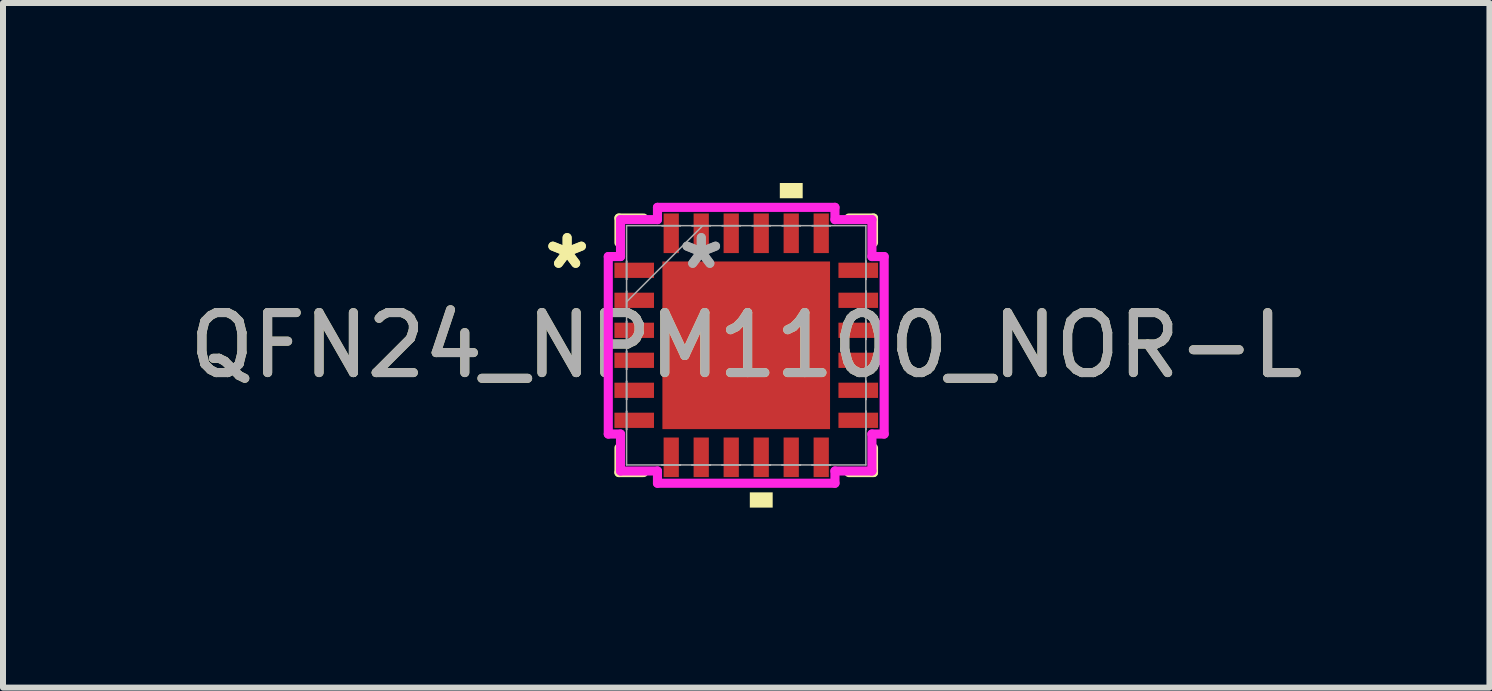
<source format=kicad_pcb>
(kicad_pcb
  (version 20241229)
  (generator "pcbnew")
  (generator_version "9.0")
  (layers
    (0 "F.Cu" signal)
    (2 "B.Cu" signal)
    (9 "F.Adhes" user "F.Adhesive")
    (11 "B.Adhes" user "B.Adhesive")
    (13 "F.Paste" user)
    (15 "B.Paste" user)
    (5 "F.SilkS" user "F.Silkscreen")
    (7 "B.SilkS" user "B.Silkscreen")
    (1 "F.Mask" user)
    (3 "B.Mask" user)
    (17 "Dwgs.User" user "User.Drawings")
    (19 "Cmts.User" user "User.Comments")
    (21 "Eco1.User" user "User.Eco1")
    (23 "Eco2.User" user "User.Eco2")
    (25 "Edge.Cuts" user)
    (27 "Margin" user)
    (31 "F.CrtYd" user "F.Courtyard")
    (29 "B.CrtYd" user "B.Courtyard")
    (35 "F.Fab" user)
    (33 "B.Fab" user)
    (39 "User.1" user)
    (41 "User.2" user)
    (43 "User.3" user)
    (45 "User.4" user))
  (footprint "QFN24_NPM1100_NOR-L"
    (layer "F.Cu")
    (at 9.387 2.705)
    (property "Reference" "QFN24_NPM1100_NOR-L" (at 0 0 0) (unlocked yes) (layer "F.SilkS") (effects (font (size 1 1) (thickness 0.15))))
    (attr smd)
    (fp_line (start -2.121 -2.121) (end -2.121 -1.71) (stroke (width 0.152) (type solid)) (layer "F.SilkS"))
    (fp_line (start -2.121 1.71) (end -2.121 2.121) (stroke (width 0.152) (type solid)) (layer "F.SilkS"))
    (fp_line (start -2.121 2.121) (end -1.71 2.121) (stroke (width 0.152) (type solid)) (layer "F.SilkS"))
    (fp_line (start -1.71 -2.121) (end -2.121 -2.121) (stroke (width 0.152) (type solid)) (layer "F.SilkS"))
    (fp_line (start 1.71 2.121) (end 2.121 2.121) (stroke (width 0.152) (type solid)) (layer "F.SilkS"))
    (fp_line (start 2.121 -2.121) (end 1.71 -2.121) (stroke (width 0.152) (type solid)) (layer "F.SilkS"))
    (fp_line (start 2.121 -1.71) (end 2.121 -2.121) (stroke (width 0.152) (type solid)) (layer "F.SilkS"))
    (fp_line (start 2.121 2.121) (end 2.121 1.71) (stroke (width 0.152) (type solid)) (layer "F.SilkS"))
    (fp_poly (pts (xy 0.06 2.451) (xy 0.06 2.705) (xy 0.441 2.705) (xy 0.441 2.451)) (stroke (width 0) (type solid)) (fill yes) (layer "F.SilkS"))
    (fp_poly (pts (xy 0.56 -2.451) (xy 0.56 -2.705) (xy 0.941 -2.705) (xy 0.941 -2.451)) (stroke (width 0) (type solid)) (fill yes) (layer "F.SilkS"))
    (fp_line (start -2.299 -1.479) (end -2.095 -1.479) (stroke (width 0.152) (type solid)) (layer "F.CrtYd"))
    (fp_line (start -2.299 1.479) (end -2.299 -1.479) (stroke (width 0.152) (type solid)) (layer "F.CrtYd"))
    (fp_line (start -2.095 -2.095) (end -1.479 -2.095) (stroke (width 0.152) (type solid)) (layer "F.CrtYd"))
    (fp_line (start -2.095 -1.479) (end -2.095 -2.095) (stroke (width 0.152) (type solid)) (layer "F.CrtYd"))
    (fp_line (start -2.095 1.479) (end -2.299 1.479) (stroke (width 0.152) (type solid)) (layer "F.CrtYd"))
    (fp_line (start -2.095 2.095) (end -2.095 1.479) (stroke (width 0.152) (type solid)) (layer "F.CrtYd"))
    (fp_line (start -1.479 -2.299) (end 1.479 -2.299) (stroke (width 0.152) (type solid)) (layer "F.CrtYd"))
    (fp_line (start -1.479 -2.095) (end -1.479 -2.299) (stroke (width 0.152) (type solid)) (layer "F.CrtYd"))
    (fp_line (start -1.479 2.095) (end -2.095 2.095) (stroke (width 0.152) (type solid)) (layer "F.CrtYd"))
    (fp_line (start -1.479 2.299) (end -1.479 2.095) (stroke (width 0.152) (type solid)) (layer "F.CrtYd"))
    (fp_line (start 1.479 -2.299) (end 1.479 -2.095) (stroke (width 0.152) (type solid)) (layer "F.CrtYd"))
    (fp_line (start 1.479 -2.095) (end 2.095 -2.095) (stroke (width 0.152) (type solid)) (layer "F.CrtYd"))
    (fp_line (start 1.479 2.095) (end 1.479 2.299) (stroke (width 0.152) (type solid)) (layer "F.CrtYd"))
    (fp_line (start 1.479 2.299) (end -1.479 2.299) (stroke (width 0.152) (type solid)) (layer "F.CrtYd"))
    (fp_line (start 2.095 -2.095) (end 2.095 -1.479) (stroke (width 0.152) (type solid)) (layer "F.CrtYd"))
    (fp_line (start 2.095 -1.479) (end 2.299 -1.479) (stroke (width 0.152) (type solid)) (layer "F.CrtYd"))
    (fp_line (start 2.095 1.479) (end 2.095 2.095) (stroke (width 0.152) (type solid)) (layer "F.CrtYd"))
    (fp_line (start 2.095 2.095) (end 1.479 2.095) (stroke (width 0.152) (type solid)) (layer "F.CrtYd"))
    (fp_line (start 2.299 -1.479) (end 2.299 1.479) (stroke (width 0.152) (type solid)) (layer "F.CrtYd"))
    (fp_line (start 2.299 1.479) (end 2.095 1.479) (stroke (width 0.152) (type solid)) (layer "F.CrtYd"))
    (fp_line (start -1.994 -1.994) (end -1.994 1.994) (stroke (width 0.025) (type solid)) (layer "F.Fab"))
    (fp_line (start -1.994 -1.403) (end -1.994 -1.403) (stroke (width 0.025) (type solid)) (layer "F.Fab"))
    (fp_line (start -1.994 -1.403) (end -1.994 -1.098) (stroke (width 0.025) (type solid)) (layer "F.Fab"))
    (fp_line (start -1.994 -1.098) (end -1.994 -1.403) (stroke (width 0.025) (type solid)) (layer "F.Fab"))
    (fp_line (start -1.994 -1.098) (end -1.994 -1.098) (stroke (width 0.025) (type solid)) (layer "F.Fab"))
    (fp_line (start -1.994 -0.903) (end -1.994 -0.903) (stroke (width 0.025) (type solid)) (layer "F.Fab"))
    (fp_line (start -1.994 -0.903) (end -1.994 -0.598) (stroke (width 0.025) (type solid)) (layer "F.Fab"))
    (fp_line (start -1.994 -0.724) (end -0.724 -1.994) (stroke (width 0.025) (type solid)) (layer "F.Fab"))
    (fp_line (start -1.994 -0.598) (end -1.994 -0.903) (stroke (width 0.025) (type solid)) (layer "F.Fab"))
    (fp_line (start -1.994 -0.598) (end -1.994 -0.598) (stroke (width 0.025) (type solid)) (layer "F.Fab"))
    (fp_line (start -1.994 -0.402) (end -1.994 -0.402) (stroke (width 0.025) (type solid)) (layer "F.Fab"))
    (fp_line (start -1.994 -0.402) (end -1.994 -0.098) (stroke (width 0.025) (type solid)) (layer "F.Fab"))
    (fp_line (start -1.994 -0.098) (end -1.994 -0.402) (stroke (width 0.025) (type solid)) (layer "F.Fab"))
    (fp_line (start -1.994 -0.098) (end -1.994 -0.098) (stroke (width 0.025) (type solid)) (layer "F.Fab"))
    (fp_line (start -1.994 0.098) (end -1.994 0.098) (stroke (width 0.025) (type solid)) (layer "F.Fab"))
    (fp_line (start -1.994 0.098) (end -1.994 0.402) (stroke (width 0.025) (type solid)) (layer "F.Fab"))
    (fp_line (start -1.994 0.402) (end -1.994 0.098) (stroke (width 0.025) (type solid)) (layer "F.Fab"))
    (fp_line (start -1.994 0.402) (end -1.994 0.402) (stroke (width 0.025) (type solid)) (layer "F.Fab"))
    (fp_line (start -1.994 0.598) (end -1.994 0.598) (stroke (width 0.025) (type solid)) (layer "F.Fab"))
    (fp_line (start -1.994 0.598) (end -1.994 0.903) (stroke (width 0.025) (type solid)) (layer "F.Fab"))
    (fp_line (start -1.994 0.903) (end -1.994 0.598) (stroke (width 0.025) (type solid)) (layer "F.Fab"))
    (fp_line (start -1.994 0.903) (end -1.994 0.903) (stroke (width 0.025) (type solid)) (layer "F.Fab"))
    (fp_line (start -1.994 1.098) (end -1.994 1.098) (stroke (width 0.025) (type solid)) (layer "F.Fab"))
    (fp_line (start -1.994 1.098) (end -1.994 1.403) (stroke (width 0.025) (type solid)) (layer "F.Fab"))
    (fp_line (start -1.994 1.403) (end -1.994 1.098) (stroke (width 0.025) (type solid)) (layer "F.Fab"))
    (fp_line (start -1.994 1.403) (end -1.994 1.403) (stroke (width 0.025) (type solid)) (layer "F.Fab"))
    (fp_line (start -1.994 1.994) (end 1.994 1.994) (stroke (width 0.025) (type solid)) (layer "F.Fab"))
    (fp_line (start -1.403 -1.994) (end -1.403 -1.994) (stroke (width 0.025) (type solid)) (layer "F.Fab"))
    (fp_line (start -1.403 -1.994) (end -1.098 -1.994) (stroke (width 0.025) (type solid)) (layer "F.Fab"))
    (fp_line (start -1.403 1.994) (end -1.403 1.994) (stroke (width 0.025) (type solid)) (layer "F.Fab"))
    (fp_line (start -1.403 1.994) (end -1.098 1.994) (stroke (width 0.025) (type solid)) (layer "F.Fab"))
    (fp_line (start -1.098 -1.994) (end -1.403 -1.994) (stroke (width 0.025) (type solid)) (layer "F.Fab"))
    (fp_line (start -1.098 -1.994) (end -1.098 -1.994) (stroke (width 0.025) (type solid)) (layer "F.Fab"))
    (fp_line (start -1.098 1.994) (end -1.403 1.994) (stroke (width 0.025) (type solid)) (layer "F.Fab"))
    (fp_line (start -1.098 1.994) (end -1.098 1.994) (stroke (width 0.025) (type solid)) (layer "F.Fab"))
    (fp_line (start -0.903 -1.994) (end -0.903 -1.994) (stroke (width 0.025) (type solid)) (layer "F.Fab"))
    (fp_line (start -0.903 -1.994) (end -0.598 -1.994) (stroke (width 0.025) (type solid)) (layer "F.Fab"))
    (fp_line (start -0.903 1.994) (end -0.903 1.994) (stroke (width 0.025) (type solid)) (layer "F.Fab"))
    (fp_line (start -0.903 1.994) (end -0.598 1.994) (stroke (width 0.025) (type solid)) (layer "F.Fab"))
    (fp_line (start -0.598 -1.994) (end -0.903 -1.994) (stroke (width 0.025) (type solid)) (layer "F.Fab"))
    (fp_line (start -0.598 -1.994) (end -0.598 -1.994) (stroke (width 0.025) (type solid)) (layer "F.Fab"))
    (fp_line (start -0.598 1.994) (end -0.903 1.994) (stroke (width 0.025) (type solid)) (layer "F.Fab"))
    (fp_line (start -0.598 1.994) (end -0.598 1.994) (stroke (width 0.025) (type solid)) (layer "F.Fab"))
    (fp_line (start -0.402 -1.994) (end -0.402 -1.994) (stroke (width 0.025) (type solid)) (layer "F.Fab"))
    (fp_line (start -0.402 -1.994) (end -0.098 -1.994) (stroke (width 0.025) (type solid)) (layer "F.Fab"))
    (fp_line (start -0.402 1.994) (end -0.402 1.994) (stroke (width 0.025) (type solid)) (layer "F.Fab"))
    (fp_line (start -0.402 1.994) (end -0.098 1.994) (stroke (width 0.025) (type solid)) (layer "F.Fab"))
    (fp_line (start -0.098 -1.994) (end -0.402 -1.994) (stroke (width 0.025) (type solid)) (layer "F.Fab"))
    (fp_line (start -0.098 -1.994) (end -0.098 -1.994) (stroke (width 0.025) (type solid)) (layer "F.Fab"))
    (fp_line (start -0.098 1.994) (end -0.402 1.994) (stroke (width 0.025) (type solid)) (layer "F.Fab"))
    (fp_line (start -0.098 1.994) (end -0.098 1.994) (stroke (width 0.025) (type solid)) (layer "F.Fab"))
    (fp_line (start 0.098 -1.994) (end 0.098 -1.994) (stroke (width 0.025) (type solid)) (layer "F.Fab"))
    (fp_line (start 0.098 -1.994) (end 0.402 -1.994) (stroke (width 0.025) (type solid)) (layer "F.Fab"))
    (fp_line (start 0.098 1.994) (end 0.098 1.994) (stroke (width 0.025) (type solid)) (layer "F.Fab"))
    (fp_line (start 0.098 1.994) (end 0.402 1.994) (stroke (width 0.025) (type solid)) (layer "F.Fab"))
    (fp_line (start 0.402 -1.994) (end 0.098 -1.994) (stroke (width 0.025) (type solid)) (layer "F.Fab"))
    (fp_line (start 0.402 -1.994) (end 0.402 -1.994) (stroke (width 0.025) (type solid)) (layer "F.Fab"))
    (fp_line (start 0.402 1.994) (end 0.098 1.994) (stroke (width 0.025) (type solid)) (layer "F.Fab"))
    (fp_line (start 0.402 1.994) (end 0.402 1.994) (stroke (width 0.025) (type solid)) (layer "F.Fab"))
    (fp_line (start 0.598 -1.994) (end 0.598 -1.994) (stroke (width 0.025) (type solid)) (layer "F.Fab"))
    (fp_line (start 0.598 -1.994) (end 0.903 -1.994) (stroke (width 0.025) (type solid)) (layer "F.Fab"))
    (fp_line (start 0.598 1.994) (end 0.598 1.994) (stroke (width 0.025) (type solid)) (layer "F.Fab"))
    (fp_line (start 0.598 1.994) (end 0.903 1.994) (stroke (width 0.025) (type solid)) (layer "F.Fab"))
    (fp_line (start 0.903 -1.994) (end 0.598 -1.994) (stroke (width 0.025) (type solid)) (layer "F.Fab"))
    (fp_line (start 0.903 -1.994) (end 0.903 -1.994) (stroke (width 0.025) (type solid)) (layer "F.Fab"))
    (fp_line (start 0.903 1.994) (end 0.598 1.994) (stroke (width 0.025) (type solid)) (layer "F.Fab"))
    (fp_line (start 0.903 1.994) (end 0.903 1.994) (stroke (width 0.025) (type solid)) (layer "F.Fab"))
    (fp_line (start 1.098 -1.994) (end 1.098 -1.994) (stroke (width 0.025) (type solid)) (layer "F.Fab"))
    (fp_line (start 1.098 -1.994) (end 1.403 -1.994) (stroke (width 0.025) (type solid)) (layer "F.Fab"))
    (fp_line (start 1.098 1.994) (end 1.098 1.994) (stroke (width 0.025) (type solid)) (layer "F.Fab"))
    (fp_line (start 1.098 1.994) (end 1.403 1.994) (stroke (width 0.025) (type solid)) (layer "F.Fab"))
    (fp_line (start 1.403 -1.994) (end 1.098 -1.994) (stroke (width 0.025) (type solid)) (layer "F.Fab"))
    (fp_line (start 1.403 -1.994) (end 1.403 -1.994) (stroke (width 0.025) (type solid)) (layer "F.Fab"))
    (fp_line (start 1.403 1.994) (end 1.098 1.994) (stroke (width 0.025) (type solid)) (layer "F.Fab"))
    (fp_line (start 1.403 1.994) (end 1.403 1.994) (stroke (width 0.025) (type solid)) (layer "F.Fab"))
    (fp_line (start 1.994 -1.994) (end -1.994 -1.994) (stroke (width 0.025) (type solid)) (layer "F.Fab"))
    (fp_line (start 1.994 -1.403) (end 1.994 -1.403) (stroke (width 0.025) (type solid)) (layer "F.Fab"))
    (fp_line (start 1.994 -1.403) (end 1.994 -1.098) (stroke (width 0.025) (type solid)) (layer "F.Fab"))
    (fp_line (start 1.994 -1.098) (end 1.994 -1.403) (stroke (width 0.025) (type solid)) (layer "F.Fab"))
    (fp_line (start 1.994 -1.098) (end 1.994 -1.098) (stroke (width 0.025) (type solid)) (layer "F.Fab"))
    (fp_line (start 1.994 -0.903) (end 1.994 -0.903) (stroke (width 0.025) (type solid)) (layer "F.Fab"))
    (fp_line (start 1.994 -0.903) (end 1.994 -0.598) (stroke (width 0.025) (type solid)) (layer "F.Fab"))
    (fp_line (start 1.994 -0.598) (end 1.994 -0.903) (stroke (width 0.025) (type solid)) (layer "F.Fab"))
    (fp_line (start 1.994 -0.598) (end 1.994 -0.598) (stroke (width 0.025) (type solid)) (layer "F.Fab"))
    (fp_line (start 1.994 -0.402) (end 1.994 -0.402) (stroke (width 0.025) (type solid)) (layer "F.Fab"))
    (fp_line (start 1.994 -0.402) (end 1.994 -0.098) (stroke (width 0.025) (type solid)) (layer "F.Fab"))
    (fp_line (start 1.994 -0.098) (end 1.994 -0.402) (stroke (width 0.025) (type solid)) (layer "F.Fab"))
    (fp_line (start 1.994 -0.098) (end 1.994 -0.098) (stroke (width 0.025) (type solid)) (layer "F.Fab"))
    (fp_line (start 1.994 0.098) (end 1.994 0.098) (stroke (width 0.025) (type solid)) (layer "F.Fab"))
    (fp_line (start 1.994 0.098) (end 1.994 0.402) (stroke (width 0.025) (type solid)) (layer "F.Fab"))
    (fp_line (start 1.994 0.402) (end 1.994 0.098) (stroke (width 0.025) (type solid)) (layer "F.Fab"))
    (fp_line (start 1.994 0.402) (end 1.994 0.402) (stroke (width 0.025) (type solid)) (layer "F.Fab"))
    (fp_line (start 1.994 0.598) (end 1.994 0.598) (stroke (width 0.025) (type solid)) (layer "F.Fab"))
    (fp_line (start 1.994 0.598) (end 1.994 0.903) (stroke (width 0.025) (type solid)) (layer "F.Fab"))
    (fp_line (start 1.994 0.903) (end 1.994 0.598) (stroke (width 0.025) (type solid)) (layer "F.Fab"))
    (fp_line (start 1.994 0.903) (end 1.994 0.903) (stroke (width 0.025) (type solid)) (layer "F.Fab"))
    (fp_line (start 1.994 1.098) (end 1.994 1.098) (stroke (width 0.025) (type solid)) (layer "F.Fab"))
    (fp_line (start 1.994 1.098) (end 1.994 1.403) (stroke (width 0.025) (type solid)) (layer "F.Fab"))
    (fp_line (start 1.994 1.403) (end 1.994 1.098) (stroke (width 0.025) (type solid)) (layer "F.Fab"))
    (fp_line (start 1.994 1.403) (end 1.994 1.403) (stroke (width 0.025) (type solid)) (layer "F.Fab"))
    (fp_line (start 1.994 1.994) (end 1.994 -1.994) (stroke (width 0.025) (type solid)) (layer "F.Fab"))
    (fp_text user "*" (at -2.985 -1.25 0) (layer "F.SilkS") (effects (font (size 1 1) (thickness 0.15))))
    (fp_text user "*" (at -2.985 -1.25 0) (unlocked yes) (layer "F.SilkS") (effects (font (size 1 1) (thickness 0.15))))
    (fp_text user "*" (at -0.749 -1.25 0) (layer "F.Fab") (effects (font (size 1 1) (thickness 0.15))))
    (fp_text user "${REFERENCE}" (at 0 0 0) (unlocked yes) (layer "F.Fab") (effects (font (size 1 1) (thickness 0.15))))
    (fp_text user "*" (at -0.749 -1.25 0) (unlocked yes) (layer "F.Fab") (effects (font (size 1 1) (thickness 0.15))))
    (pad "1" smd rect (at -1.867 -1.25 90) (size 0.254 0.66) (layers "F.Cu" "F.Mask" "F.Paste"))
    (pad "2" smd rect (at -1.867 -0.75 90) (size 0.254 0.66) (layers "F.Cu" "F.Mask" "F.Paste"))
    (pad "3" smd rect (at -1.867 -0.25 90) (size 0.254 0.66) (layers "F.Cu" "F.Mask" "F.Paste"))
    (pad "4" smd rect (at -1.867 0.25 90) (size 0.254 0.66) (layers "F.Cu" "F.Mask" "F.Paste"))
    (pad "5" smd rect (at -1.867 0.75 90) (size 0.254 0.66) (layers "F.Cu" "F.Mask" "F.Paste"))
    (pad "6" smd rect (at -1.867 1.25 90) (size 0.254 0.66) (layers "F.Cu" "F.Mask" "F.Paste"))
    (pad "7" smd rect (at -1.25 1.867) (size 0.254 0.66) (layers "F.Cu" "F.Mask" "F.Paste"))
    (pad "8" smd rect (at -0.75 1.867) (size 0.254 0.66) (layers "F.Cu" "F.Mask" "F.Paste"))
    (pad "9" smd rect (at -0.25 1.867) (size 0.254 0.66) (layers "F.Cu" "F.Mask" "F.Paste"))
    (pad "10" smd rect (at 0.25 1.867) (size 0.254 0.66) (layers "F.Cu" "F.Mask" "F.Paste"))
    (pad "11" smd rect (at 0.75 1.867) (size 0.254 0.66) (layers "F.Cu" "F.Mask" "F.Paste"))
    (pad "12" smd rect (at 1.25 1.867) (size 0.254 0.66) (layers "F.Cu" "F.Mask" "F.Paste"))
    (pad "13" smd rect (at 1.867 1.25 90) (size 0.254 0.66) (layers "F.Cu" "F.Mask" "F.Paste"))
    (pad "14" smd rect (at 1.867 0.75 90) (size 0.254 0.66) (layers "F.Cu" "F.Mask" "F.Paste"))
    (pad "15" smd rect (at 1.867 0.25 90) (size 0.254 0.66) (layers "F.Cu" "F.Mask" "F.Paste"))
    (pad "16" smd rect (at 1.867 -0.25 90) (size 0.254 0.66) (layers "F.Cu" "F.Mask" "F.Paste"))
    (pad "17" smd rect (at 1.867 -0.75 90) (size 0.254 0.66) (layers "F.Cu" "F.Mask" "F.Paste"))
    (pad "18" smd rect (at 1.867 -1.25 90) (size 0.254 0.66) (layers "F.Cu" "F.Mask" "F.Paste"))
    (pad "19" smd rect (at 1.25 -1.867) (size 0.254 0.66) (layers "F.Cu" "F.Mask" "F.Paste"))
    (pad "20" smd rect (at 0.75 -1.867) (size 0.254 0.66) (layers "F.Cu" "F.Mask" "F.Paste"))
    (pad "21" smd rect (at 0.25 -1.867) (size 0.254 0.66) (layers "F.Cu" "F.Mask" "F.Paste"))
    (pad "22" smd rect (at -0.25 -1.867) (size 0.254 0.66) (layers "F.Cu" "F.Mask" "F.Paste"))
    (pad "23" smd rect (at -0.75 -1.867) (size 0.254 0.66) (layers "F.Cu" "F.Mask" "F.Paste"))
    (pad "24" smd rect (at -1.25 -1.867) (size 0.254 0.66) (layers "F.Cu" "F.Mask" "F.Paste"))
    (pad "25" smd rect (at 0 0) (size 2.794 2.794) (layers "F.Cu" "F.Mask" "F.Paste")))
  (gr_rect
    (start -3 -3)
    (end 21.774 8.41)
    (stroke (width 0.1) (type default))
    (fill no)
    (layer "Edge.Cuts")))
</source>
